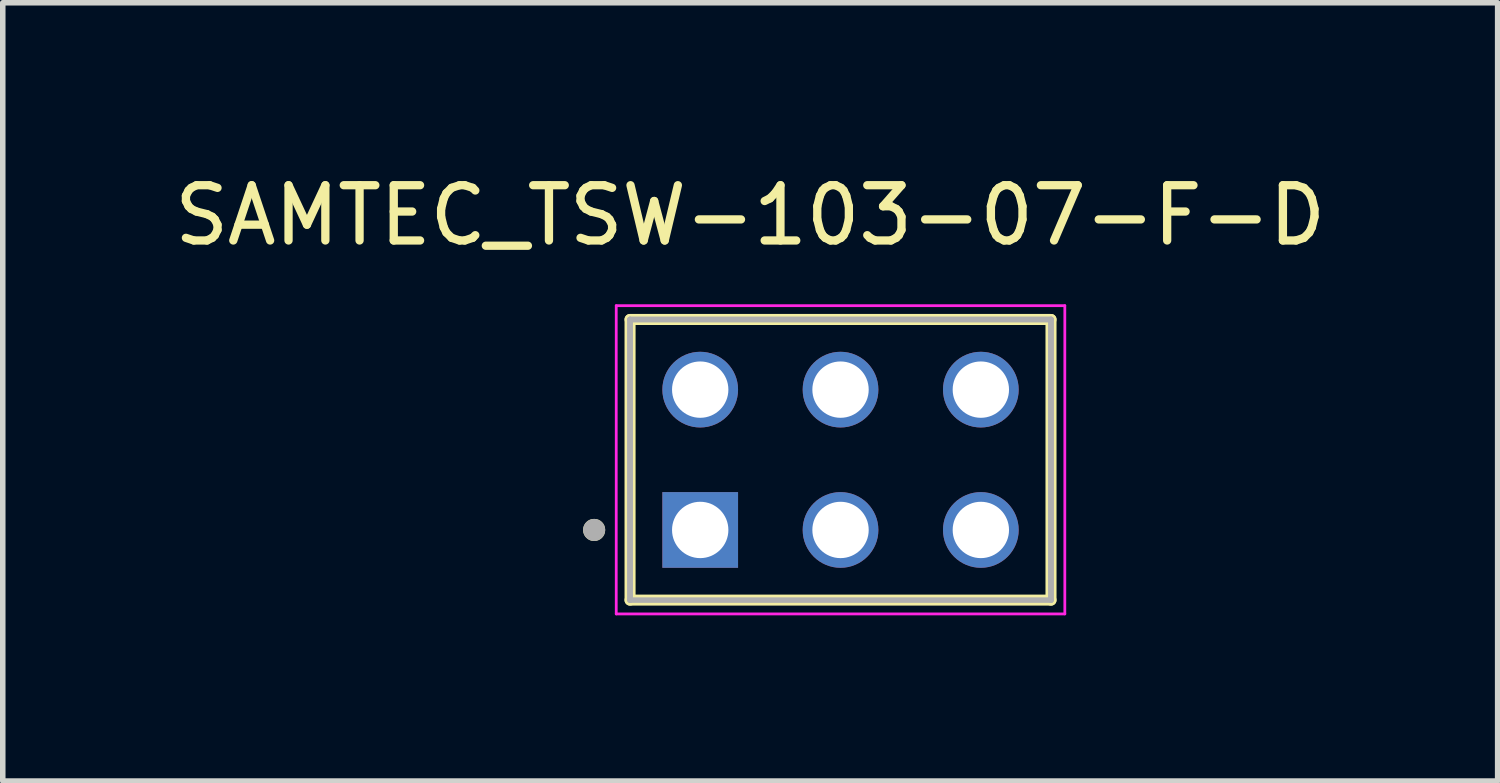
<source format=kicad_pcb>
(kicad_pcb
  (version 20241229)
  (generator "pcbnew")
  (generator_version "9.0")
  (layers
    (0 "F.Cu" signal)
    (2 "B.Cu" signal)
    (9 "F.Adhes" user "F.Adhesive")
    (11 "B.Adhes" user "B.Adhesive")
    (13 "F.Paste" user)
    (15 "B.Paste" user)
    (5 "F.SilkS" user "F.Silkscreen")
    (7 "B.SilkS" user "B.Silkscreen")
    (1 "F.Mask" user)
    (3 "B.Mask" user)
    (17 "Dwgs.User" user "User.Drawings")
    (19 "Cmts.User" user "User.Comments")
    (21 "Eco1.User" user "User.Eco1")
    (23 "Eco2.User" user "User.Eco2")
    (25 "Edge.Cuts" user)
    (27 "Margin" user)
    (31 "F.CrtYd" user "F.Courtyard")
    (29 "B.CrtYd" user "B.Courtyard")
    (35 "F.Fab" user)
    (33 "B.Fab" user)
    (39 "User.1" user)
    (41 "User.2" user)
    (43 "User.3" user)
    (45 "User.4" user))
  (footprint "SAMTEC_TSW-103-07-F-D"
    (layer "F.Cu")
    (at 12.165 5.273)
    (property "Reference" "SAMTEC_TSW-103-07-F-D" (at -1.635 -4.425 0) (layer "F.SilkS") (effects (font (size 1 1) (thickness 0.15))))
    (attr through_hole)
    (fp_line (start -3.81 2.54) (end -3.81 -2.54) (stroke (width 0.2) (type solid)) (layer "F.SilkS"))
    (fp_line (start 3.81 -2.54) (end -3.81 -2.54) (stroke (width 0.2) (type solid)) (layer "F.SilkS"))
    (fp_line (start 3.81 -2.54) (end 3.81 2.54) (stroke (width 0.2) (type solid)) (layer "F.SilkS"))
    (fp_line (start 3.81 2.54) (end -3.81 2.54) (stroke (width 0.2) (type solid)) (layer "F.SilkS"))
    (fp_circle (center -4.46 1.27) (end -4.36 1.27) (stroke (width 0.2) (type solid)) (fill no) (layer "F.SilkS"))
    (fp_line (start -4.06 -2.79) (end 4.06 -2.79) (stroke (width 0.05) (type solid)) (layer "F.CrtYd"))
    (fp_line (start -4.06 2.79) (end -4.06 -2.79) (stroke (width 0.05) (type solid)) (layer "F.CrtYd"))
    (fp_line (start 4.06 -2.79) (end 4.06 2.79) (stroke (width 0.05) (type solid)) (layer "F.CrtYd"))
    (fp_line (start 4.06 2.79) (end -4.06 2.79) (stroke (width 0.05) (type solid)) (layer "F.CrtYd"))
    (fp_line (start -3.81 -2.54) (end 3.81 -2.54) (stroke (width 0.1) (type solid)) (layer "F.Fab"))
    (fp_line (start -3.81 -2.54) (end 3.81 -2.54) (stroke (width 0.1) (type solid)) (layer "F.Fab"))
    (fp_line (start -3.81 2.54) (end -3.81 -2.54) (stroke (width 0.1) (type solid)) (layer "F.Fab"))
    (fp_line (start -3.81 2.54) (end -3.81 -2.54) (stroke (width 0.1) (type solid)) (layer "F.Fab"))
    (fp_line (start 3.81 -2.54) (end 3.81 2.54) (stroke (width 0.1) (type solid)) (layer "F.Fab"))
    (fp_line (start 3.81 -2.54) (end 3.81 2.54) (stroke (width 0.1) (type solid)) (layer "F.Fab"))
    (fp_line (start 3.81 2.54) (end -3.81 2.54) (stroke (width 0.1) (type solid)) (layer "F.Fab"))
    (fp_circle (center -4.46 1.27) (end -4.36 1.27) (stroke (width 0.2) (type solid)) (fill no) (layer "F.Fab"))
    (pad "01" thru_hole rect (at -2.54 1.27) (size 1.37 1.37) (drill 1.02) (layers "*.Cu" "*.Mask"))
    (pad "02" thru_hole circle (at -2.54 -1.27) (size 1.37 1.37) (drill 1.02) (layers "*.Cu" "*.Mask"))
    (pad "03" thru_hole circle (at 0 1.27) (size 1.37 1.37) (drill 1.02) (layers "*.Cu" "*.Mask"))
    (pad "04" thru_hole circle (at 0 -1.27) (size 1.37 1.37) (drill 1.02) (layers "*.Cu" "*.Mask"))
    (pad "05" thru_hole circle (at 2.54 1.27) (size 1.37 1.37) (drill 1.02) (layers "*.Cu" "*.Mask"))
    (pad "06" thru_hole circle (at 2.54 -1.27) (size 1.37 1.37) (drill 1.02) (layers "*.Cu" "*.Mask")))
  (gr_rect
    (start -3 -3)
    (end 24.06 11.088)
    (stroke (width 0.1) (type default))
    (fill no)
    (layer "Edge.Cuts")))
</source>
